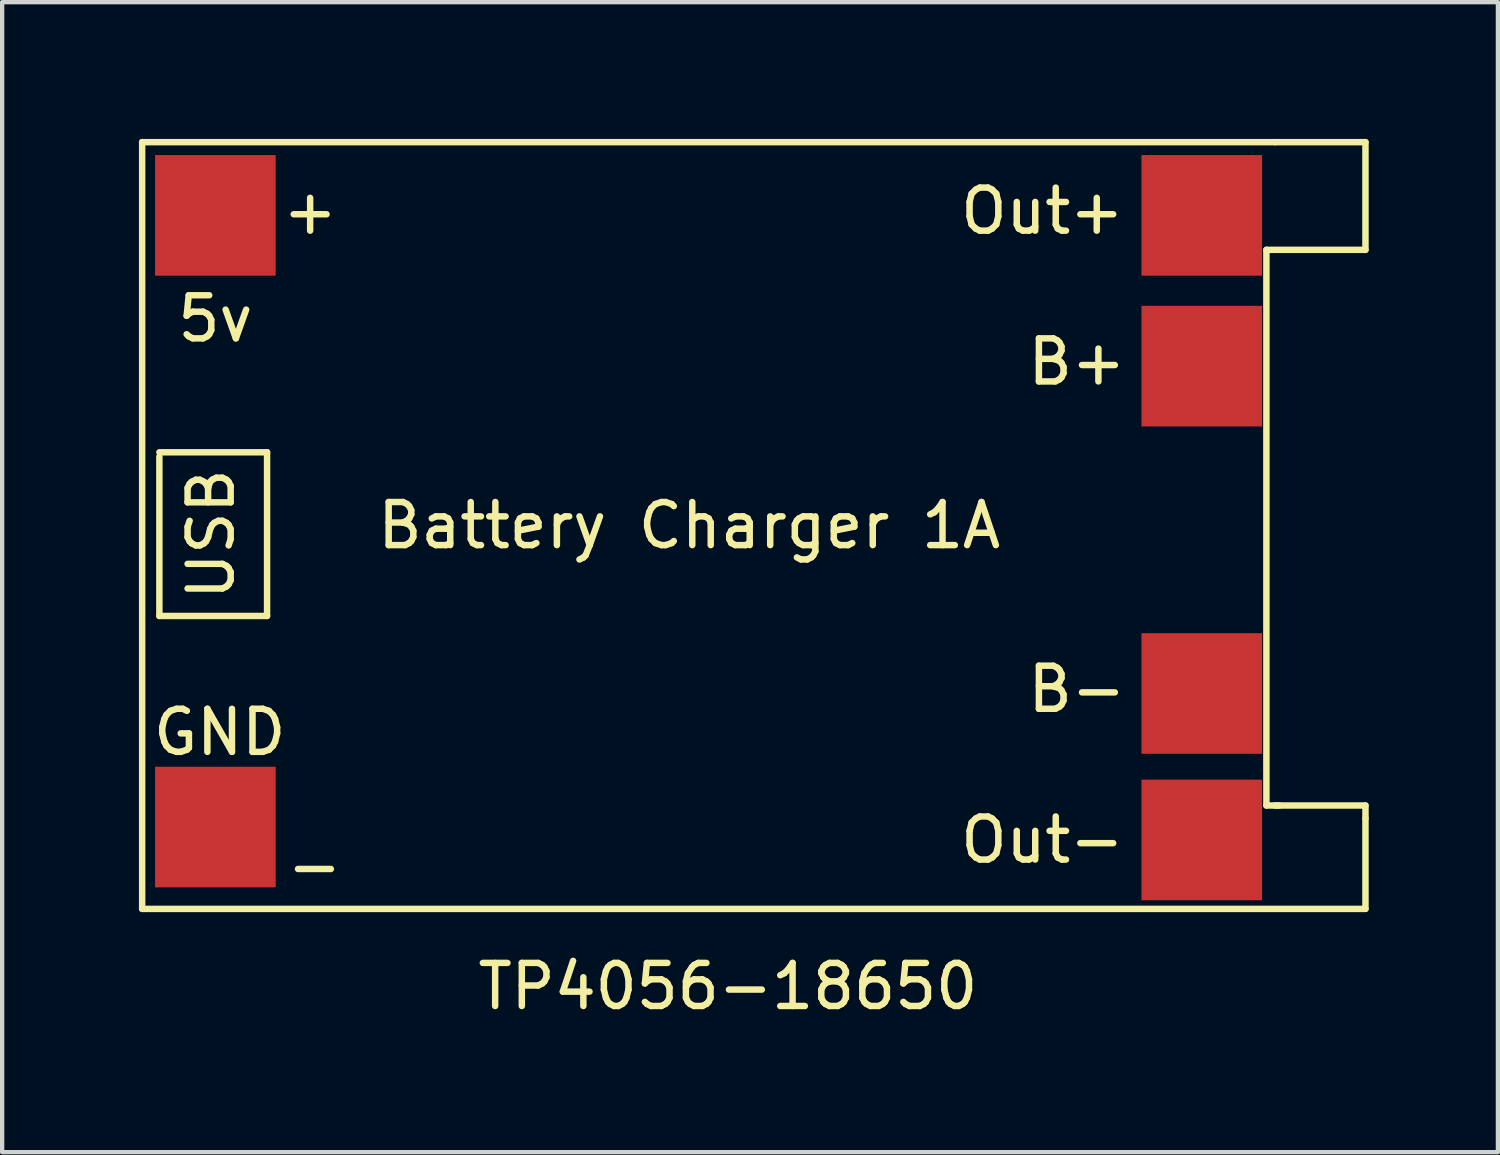
<source format=kicad_pcb>
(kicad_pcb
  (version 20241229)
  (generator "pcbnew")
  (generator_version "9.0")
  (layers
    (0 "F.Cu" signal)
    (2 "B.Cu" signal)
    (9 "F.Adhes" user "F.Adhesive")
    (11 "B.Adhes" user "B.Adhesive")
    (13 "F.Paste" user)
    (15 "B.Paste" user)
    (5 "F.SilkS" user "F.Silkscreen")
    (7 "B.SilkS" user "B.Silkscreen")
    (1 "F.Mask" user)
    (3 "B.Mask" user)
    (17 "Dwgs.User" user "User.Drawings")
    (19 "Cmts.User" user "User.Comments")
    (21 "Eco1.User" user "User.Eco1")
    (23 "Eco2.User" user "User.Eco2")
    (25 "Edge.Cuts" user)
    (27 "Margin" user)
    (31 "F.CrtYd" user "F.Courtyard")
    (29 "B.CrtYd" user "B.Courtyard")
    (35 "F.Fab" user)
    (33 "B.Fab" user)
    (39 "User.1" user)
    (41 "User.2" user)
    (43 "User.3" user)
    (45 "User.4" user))
  (footprint "TP4056-18650"
    (layer "F.Cu")
    (at 0.25 0.25)
    (property "Reference" "TP4056-18650" (at 13.6 19.6 0) (layer "F.SilkS") (effects (font (size 1 1) (thickness 0.15))))
    (attr through_hole)
    (fp_line (start 0 0) (end 26.3 0) (stroke (width 0.15) (type solid)) (layer "F.SilkS"))
    (fp_line (start 0 17.8) (end 0 0) (stroke (width 0.15) (type solid)) (layer "F.SilkS"))
    (fp_line (start 0.4 7.2) (end 2.9 7.2) (stroke (width 0.15) (type solid)) (layer "F.SilkS"))
    (fp_line (start 0.4 11) (end 0.4 7.3) (stroke (width 0.15) (type solid)) (layer "F.SilkS"))
    (fp_line (start 2.9 7.2) (end 2.9 11) (stroke (width 0.15) (type solid)) (layer "F.SilkS"))
    (fp_line (start 2.9 11) (end 0.4 11) (stroke (width 0.15) (type solid)) (layer "F.SilkS"))
    (fp_line (start 26.1 2.5) (end 26.1 15.4) (stroke (width 0.15) (type solid)) (layer "F.SilkS"))
    (fp_line (start 26.1 15.4) (end 26.4 15.4) (stroke (width 0.15) (type solid)) (layer "F.SilkS"))
    (fp_line (start 26.3 0) (end 28.4 0) (stroke (width 0.15) (type solid)) (layer "F.SilkS"))
    (fp_line (start 26.3 15.4) (end 28.4 15.4) (stroke (width 0.15) (type solid)) (layer "F.SilkS"))
    (fp_line (start 28.4 0) (end 28.4 2.5) (stroke (width 0.15) (type solid)) (layer "F.SilkS"))
    (fp_line (start 28.4 2.5) (end 26.1 2.5) (stroke (width 0.15) (type solid)) (layer "F.SilkS"))
    (fp_line (start 28.4 15.4) (end 28.4 15.7) (stroke (width 0.15) (type solid)) (layer "F.SilkS"))
    (fp_line (start 28.4 15.7) (end 28.4 17.8) (stroke (width 0.15) (type solid)) (layer "F.SilkS"))
    (fp_line (start 28.4 17.8) (end 0 17.8) (stroke (width 0.15) (type solid)) (layer "F.SilkS"))
    (fp_text user "+" (at 3.9 1.6 0) (layer "F.SilkS") (effects (font (size 1 1) (thickness 0.15))))
    (fp_text user "Out-" (at 20.9 16.2 0) (layer "F.SilkS") (effects (font (size 1 1) (thickness 0.15))))
    (fp_text user "B-" (at 21.7 12.7 0) (layer "F.SilkS") (effects (font (size 1 1) (thickness 0.15))))
    (fp_text user "USB" (at 1.6 9.1 90) (layer "F.SilkS") (effects (font (size 1 1) (thickness 0.15))))
    (fp_text user "5v" (at 1.7 4.1 0) (layer "F.SilkS") (effects (font (size 1 1) (thickness 0.15))))
    (fp_text user "B+" (at 21.7 5.1 0) (layer "F.SilkS") (effects (font (size 1 1) (thickness 0.15))))
    (fp_text user "Out+" (at 20.9 1.6 0) (layer "F.SilkS") (effects (font (size 1 1) (thickness 0.15))))
    (fp_text user "GND" (at 1.8 13.7 0) (layer "F.SilkS") (effects (font (size 1 1) (thickness 0.15))))
    (fp_text user "Battery Charger 1A" (at 12.7 8.9 0) (layer "F.SilkS") (effects (font (size 1 1) (thickness 0.15))))
    (fp_text user "-" (at 4 16.8 0) (layer "F.SilkS") (effects (font (size 1 1) (thickness 0.15))))
    (pad "1" smd rect (at 1.7 1.7) (size 2.8 2.8) (layers "F.Cu" "F.Mask" "F.Paste"))
    (pad "2" smd rect (at 1.7 15.9) (size 2.8 2.8) (layers "F.Cu" "F.Mask" "F.Paste"))
    (pad "3" smd rect (at 24.6 1.7) (size 2.8 2.8) (layers "F.Cu" "F.Mask" "F.Paste"))
    (pad "4" smd rect (at 24.6 16.2) (size 2.8 2.8) (layers "F.Cu" "F.Mask" "F.Paste"))
    (pad "5" smd rect (at 24.6 5.2) (size 2.8 2.8) (layers "F.Cu" "F.Mask" "F.Paste"))
    (pad "6" smd rect (at 24.6 12.8) (size 2.8 2.8) (layers "F.Cu" "F.Mask" "F.Paste")))
  (gr_rect
    (start -3 -3)
    (end 31.725 23.698)
    (stroke (width 0.1) (type default))
    (fill no)
    (layer "Edge.Cuts")))
</source>
